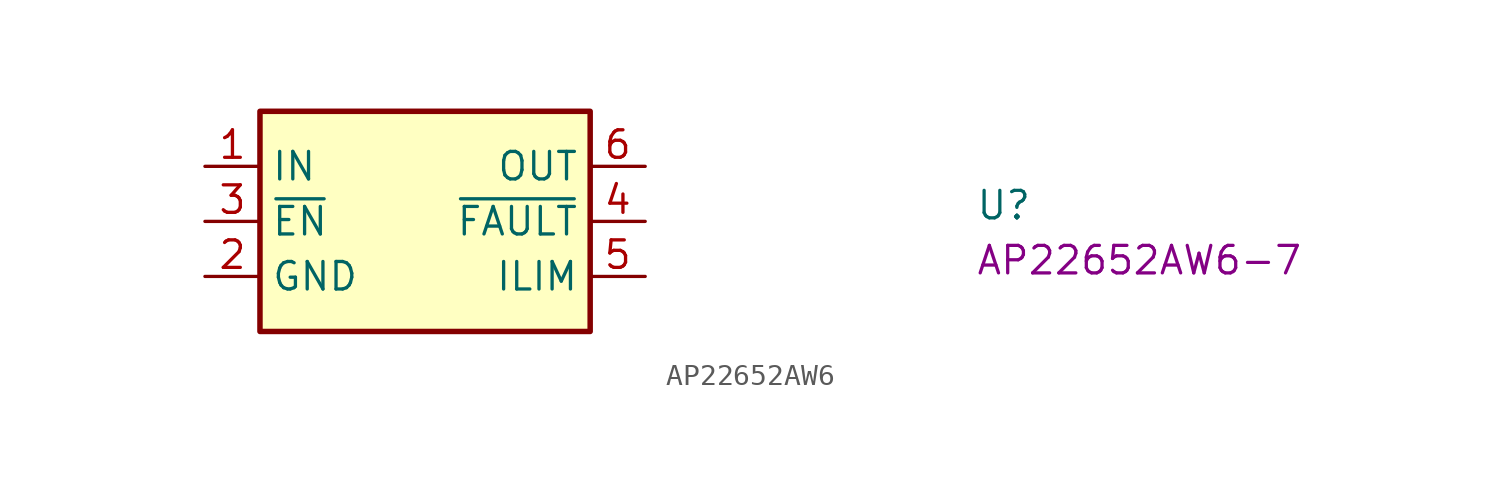
<source format=kicad_sym>
(kicad_symbol_lib
  (version 20220914)
  (generator kicad_symbol_editor)
  (symbol "AP22652AW6"
    (property "Reference" "U"
      (at 35.56 -2.54 0)
      (effects (font (size 1.27 1.27) (thickness 0.15)) (justify left bottom)))
    (property "MPN" "AP22652AW6-7"
      (at 35.56 -5.08 0)
      (effects (font (size 1.27 1.27) (thickness 0.15)) (justify left bottom)))
    (symbol "AP22652AW6_1_1"
      (rectangle (start 2.54 2.54) (end 17.78 -7.62) (stroke (width 0.254) (type default)) (fill (type background)))
      (pin power_in line (at 0 0 0) (length 2.54) (name "IN" (effects (font (size 1.27 1.27)))) (number "1" (effects (font (size 1.27 1.27)))))
      (pin power_in line (at 0 -5.08 0) (length 2.54) (name "GND" (effects (font (size 1.27 1.27)))) (number "2" (effects (font (size 1.27 1.27)))))
      (pin input line (at 0 -2.54 0) (length 2.54) (name "~{EN}" (effects (font (size 1.27 1.27)))) (number "3" (effects (font (size 1.27 1.27)))))
      (pin output line (at 20.32 -2.54 180) (length 2.54) (name "~{FAULT}" (effects (font (size 1.27 1.27)))) (number "4" (effects (font (size 1.27 1.27)))))
      (pin output line (at 20.32 -5.08 180) (length 2.54) (name "ILIM" (effects (font (size 1.27 1.27)))) (number "5" (effects (font (size 1.27 1.27)))))
      (pin power_out line (at 20.32 0 180) (length 2.54) (name "OUT" (effects (font (size 1.27 1.27)))) (number "6" (effects (font (size 1.27 1.27))))))))
</source>
